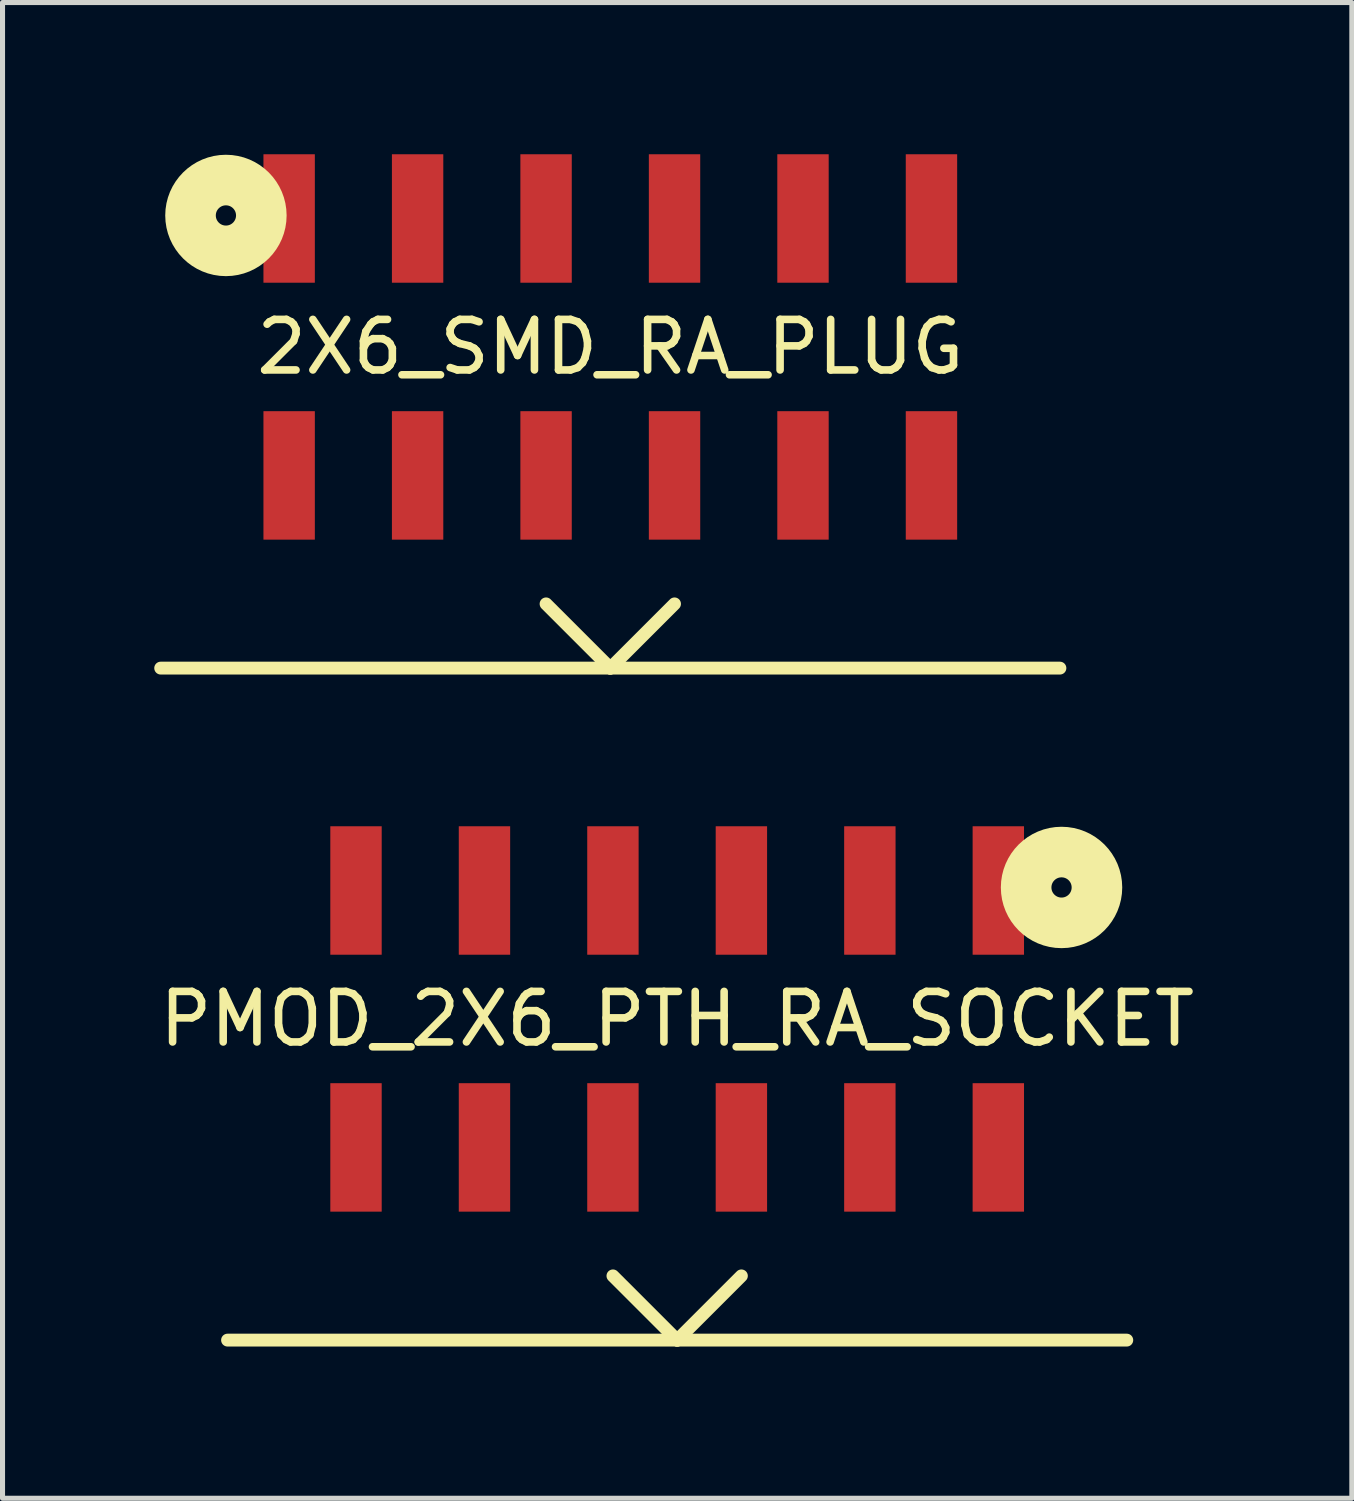
<source format=kicad_pcb>
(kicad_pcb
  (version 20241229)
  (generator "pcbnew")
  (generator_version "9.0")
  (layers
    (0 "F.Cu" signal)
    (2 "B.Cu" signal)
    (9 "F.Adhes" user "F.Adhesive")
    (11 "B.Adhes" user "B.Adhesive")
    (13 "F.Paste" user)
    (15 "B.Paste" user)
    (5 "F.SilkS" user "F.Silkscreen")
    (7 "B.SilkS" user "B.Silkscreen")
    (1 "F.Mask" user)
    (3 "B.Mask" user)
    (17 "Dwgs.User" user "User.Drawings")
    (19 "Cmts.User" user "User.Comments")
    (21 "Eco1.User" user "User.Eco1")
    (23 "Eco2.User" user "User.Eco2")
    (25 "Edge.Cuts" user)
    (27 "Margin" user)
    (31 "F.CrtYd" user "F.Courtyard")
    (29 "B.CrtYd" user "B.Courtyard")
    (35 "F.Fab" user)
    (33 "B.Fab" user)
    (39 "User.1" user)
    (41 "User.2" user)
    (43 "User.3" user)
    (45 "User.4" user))
  (footprint "PMOD_2X6_PTH_RA_SOCKET"
    (layer "F.Cu")
    (at 10.339 17.097)
    (property "Reference" "PMOD_2X6_PTH_RA_SOCKET" (at 0 0 0) (layer "F.SilkS") (effects (font (size 1 1) (thickness 0.15))))
    (attr smd)
    (fp_line (start 0 6.35) (end -8.89 6.35) (stroke (width 0.254) (type solid)) (layer "F.SilkS"))
    (fp_line (start 0 6.35) (end -1.27 5.08) (stroke (width 0.254) (type solid)) (layer "F.SilkS"))
    (fp_line (start 1.27 5.08) (end 0 6.35) (stroke (width 0.254) (type solid)) (layer "F.SilkS"))
    (fp_line (start 8.89 6.35) (end 0 6.35) (stroke (width 0.254) (type solid)) (layer "F.SilkS"))
    (fp_circle (center 7.6 -2.6) (end 7.8 -2.6) (stroke (width 1) (type solid)) (fill no) (layer "F.SilkS"))
    (pad "1" smd rect (at 6.35 -2.54 270) (size 2.54 1.016) (layers "F.Cu" "F.Mask" "F.Paste"))
    (pad "2" smd rect (at 3.81 -2.54 270) (size 2.54 1.016) (layers "F.Cu" "F.Mask" "F.Paste"))
    (pad "3" smd rect (at 1.27 -2.54 270) (size 2.54 1.016) (layers "F.Cu" "F.Mask" "F.Paste"))
    (pad "4" smd rect (at -1.27 -2.54 270) (size 2.54 1.016) (layers "F.Cu" "F.Mask" "F.Paste"))
    (pad "5" smd rect (at -3.81 -2.54 270) (size 2.54 1.016) (layers "F.Cu" "F.Mask" "F.Paste"))
    (pad "6" smd rect (at -6.35 -2.54 270) (size 2.54 1.016) (layers "F.Cu" "F.Mask" "F.Paste"))
    (pad "7" smd rect (at 6.35 2.54 270) (size 2.54 1.016) (layers "F.Cu" "F.Mask" "F.Paste"))
    (pad "8" smd rect (at 3.81 2.54 270) (size 2.54 1.016) (layers "F.Cu" "F.Mask" "F.Paste"))
    (pad "9" smd rect (at 1.27 2.54 270) (size 2.54 1.016) (layers "F.Cu" "F.Mask" "F.Paste"))
    (pad "10" smd rect (at -1.27 2.54 270) (size 2.54 1.016) (layers "F.Cu" "F.Mask" "F.Paste"))
    (pad "11" smd rect (at -3.81 2.54 270) (size 2.54 1.016) (layers "F.Cu" "F.Mask" "F.Paste"))
    (pad "12" smd rect (at -6.35 2.54 270) (size 2.54 1.016) (layers "F.Cu" "F.Mask" "F.Paste")))
  (footprint "2X6_SMD_RA_PLUG"
    (layer "F.Cu")
    (at 9.017 3.81)
    (property "Reference" "2X6_SMD_RA_PLUG" (at 0 0 0) (layer "F.SilkS") (effects (font (size 1 1) (thickness 0.15))))
    (attr smd)
    (fp_line (start 0 6.35) (end -8.89 6.35) (stroke (width 0.254) (type solid)) (layer "F.SilkS"))
    (fp_line (start 0 6.35) (end -1.27 5.08) (stroke (width 0.254) (type solid)) (layer "F.SilkS"))
    (fp_line (start 1.27 5.08) (end 0 6.35) (stroke (width 0.254) (type solid)) (layer "F.SilkS"))
    (fp_line (start 8.89 6.35) (end 0 6.35) (stroke (width 0.254) (type solid)) (layer "F.SilkS"))
    (fp_circle (center -7.6 -2.6) (end -7.4 -2.6) (stroke (width 1) (type solid)) (fill no) (layer "F.SilkS"))
    (pad "1" smd rect (at -6.35 -2.54 270) (size 2.54 1.016) (layers "F.Cu" "F.Mask" "F.Paste"))
    (pad "2" smd rect (at -3.81 -2.54 270) (size 2.54 1.016) (layers "F.Cu" "F.Mask" "F.Paste"))
    (pad "3" smd rect (at -1.27 -2.54 270) (size 2.54 1.016) (layers "F.Cu" "F.Mask" "F.Paste"))
    (pad "4" smd rect (at 1.27 -2.54 270) (size 2.54 1.016) (layers "F.Cu" "F.Mask" "F.Paste"))
    (pad "5" smd rect (at 3.81 -2.54 270) (size 2.54 1.016) (layers "F.Cu" "F.Mask" "F.Paste"))
    (pad "6" smd rect (at 6.35 -2.54 270) (size 2.54 1.016) (layers "F.Cu" "F.Mask" "F.Paste"))
    (pad "7" smd rect (at -6.35 2.54 270) (size 2.54 1.016) (layers "F.Cu" "F.Mask" "F.Paste"))
    (pad "8" smd rect (at -3.81 2.54 270) (size 2.54 1.016) (layers "F.Cu" "F.Mask" "F.Paste"))
    (pad "9" smd rect (at -1.27 2.54 270) (size 2.54 1.016) (layers "F.Cu" "F.Mask" "F.Paste"))
    (pad "10" smd rect (at 1.27 2.54 270) (size 2.54 1.016) (layers "F.Cu" "F.Mask" "F.Paste"))
    (pad "11" smd rect (at 3.81 2.54 270) (size 2.54 1.016) (layers "F.Cu" "F.Mask" "F.Paste"))
    (pad "12" smd rect (at 6.35 2.54 270) (size 2.54 1.016) (layers "F.Cu" "F.Mask" "F.Paste")))
  (gr_rect
    (start -3 -3)
    (end 23.679 26.574)
    (stroke (width 0.1) (type default))
    (fill no)
    (layer "Edge.Cuts")))
</source>
